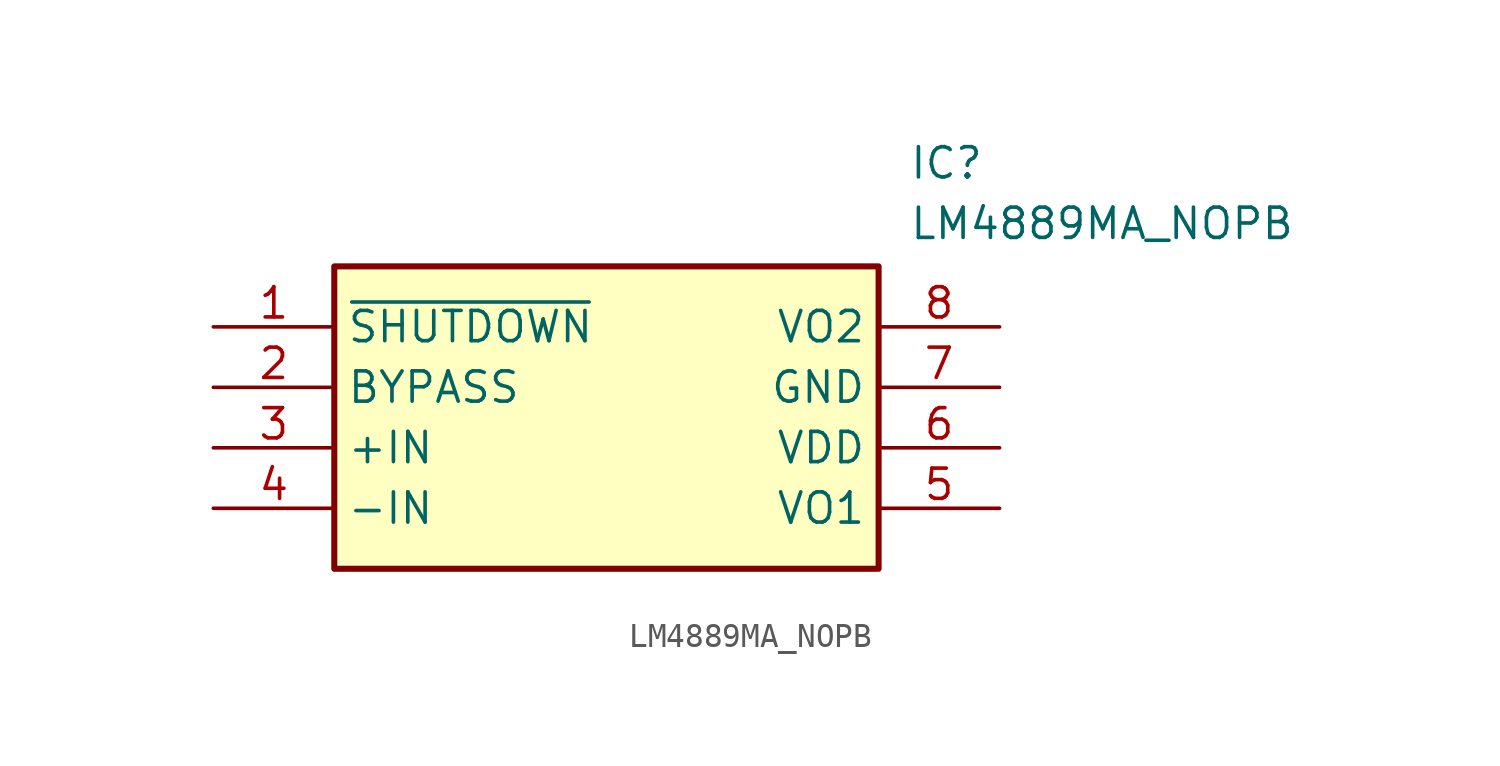
<source format=kicad_sym>
(kicad_symbol_lib
  (version 20211014)
  (generator SamacSys_ECAD_Model)
  (symbol "LM4889MA_NOPB"
    (property "Reference" "IC"
      (at 29.21 7.62 0)
      (effects (font (size 1.27 1.27)) (justify left top)))
    (property "Value" "LM4889MA_NOPB"
      (at 29.21 5.08 0)
      (effects (font (size 1.27 1.27)) (justify left top)))
    (rectangle
      (start 5.08 2.54)
      (end 27.94 -10.16)
      (stroke (width 0.254) (type default))
      (fill (type background)))
    (pin passive line
      (at 0 0 0)
      (length 5.08)
      (name "~{SHUTDOWN}" (effects (font (size 1.27 1.27))))
      (number "1" (effects (font (size 1.27 1.27)))))
    (pin passive line
      (at 0 -2.54 0)
      (length 5.08)
      (name "BYPASS" (effects (font (size 1.27 1.27))))
      (number "2" (effects (font (size 1.27 1.27)))))
    (pin passive line
      (at 0 -5.08 0)
      (length 5.08)
      (name "+IN" (effects (font (size 1.27 1.27))))
      (number "3" (effects (font (size 1.27 1.27)))))
    (pin passive line
      (at 0 -7.62 0)
      (length 5.08)
      (name "-IN" (effects (font (size 1.27 1.27))))
      (number "4" (effects (font (size 1.27 1.27)))))
    (pin passive line
      (at 33.02 0 180)
      (length 5.08)
      (name "VO2" (effects (font (size 1.27 1.27))))
      (number "8" (effects (font (size 1.27 1.27)))))
    (pin passive line
      (at 33.02 -2.54 180)
      (length 5.08)
      (name "GND" (effects (font (size 1.27 1.27))))
      (number "7" (effects (font (size 1.27 1.27)))))
    (pin passive line
      (at 33.02 -5.08 180)
      (length 5.08)
      (name "VDD" (effects (font (size 1.27 1.27))))
      (number "6" (effects (font (size 1.27 1.27)))))
    (pin passive line
      (at 33.02 -7.62 180)
      (length 5.08)
      (name "VO1" (effects (font (size 1.27 1.27))))
      (number "5" (effects (font (size 1.27 1.27)))))))
</source>
